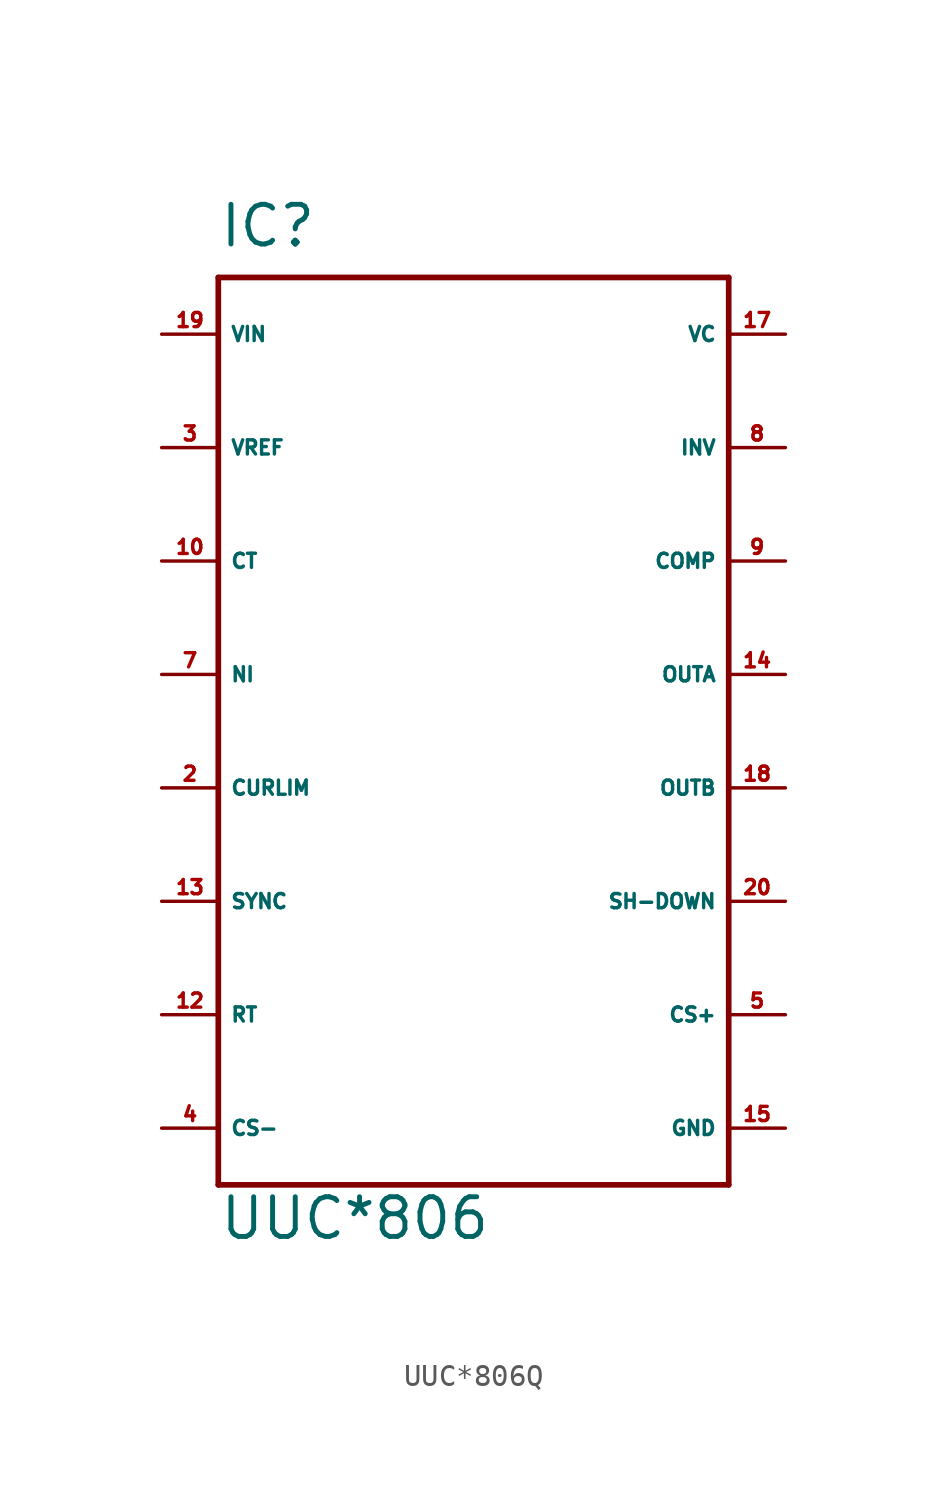
<source format=kicad_sym>
(kicad_symbol_lib
  (version 20220914)
  (generator Eagle2Kicad)
  (symbol "UUC*806Q"
    (property "Reference" "IC"
      (at -10.16 21.59 0)
      (effects (font (size 1.778 1.778) (thickness 0.22)) (justify left bottom)))
    (property "Value" "UUC*806"
      (at -10.16 -22.86 0)
      (effects (font (size 1.778 1.778) (thickness 0.22)) (justify left bottom)))
    (polyline
      (pts (xy -10.16 20.32) (xy 12.7 20.32))
      (stroke (width 0.254) (type default))
      (fill (type none)))
    (polyline
      (pts (xy 12.7 20.32) (xy 12.7 -20.32))
      (stroke (width 0.254) (type default))
      (fill (type none)))
    (polyline
      (pts (xy 12.7 -20.32) (xy -10.16 -20.32))
      (stroke (width 0.254) (type default))
      (fill (type none)))
    (polyline
      (pts (xy -10.16 -20.32) (xy -10.16 20.32))
      (stroke (width 0.254) (type default))
      (fill (type none)))
    (pin input line
      (at -12.7 17.78 0)
      (length 2.54)
      (name "VIN" (effects (font (size 0.635 0.635) (thickness 0.08)) (justify left bottom)))
      (number "19" (effects (font (size 0.635 0.635) (thickness 0.08)) (justify left bottom))))
    (pin input line
      (at -12.7 12.7 0)
      (length 2.54)
      (name "VREF" (effects (font (size 0.635 0.635) (thickness 0.08)) (justify left bottom)))
      (number "3" (effects (font (size 0.635 0.635) (thickness 0.08)) (justify left bottom))))
    (pin input line
      (at -12.7 7.62 0)
      (length 2.54)
      (name "CT" (effects (font (size 0.635 0.635) (thickness 0.08)) (justify left bottom)))
      (number "10" (effects (font (size 0.635 0.635) (thickness 0.08)) (justify left bottom))))
    (pin input line
      (at -12.7 2.54 0)
      (length 2.54)
      (name "NI" (effects (font (size 0.635 0.635) (thickness 0.08)) (justify left bottom)))
      (number "7" (effects (font (size 0.635 0.635) (thickness 0.08)) (justify left bottom))))
    (pin input line
      (at -12.7 -2.54 0)
      (length 2.54)
      (name "CURLIM" (effects (font (size 0.635 0.635) (thickness 0.08)) (justify left bottom)))
      (number "2" (effects (font (size 0.635 0.635) (thickness 0.08)) (justify left bottom))))
    (pin input line
      (at -12.7 -7.62 0)
      (length 2.54)
      (name "SYNC" (effects (font (size 0.635 0.635) (thickness 0.08)) (justify left bottom)))
      (number "13" (effects (font (size 0.635 0.635) (thickness 0.08)) (justify left bottom))))
    (pin input line
      (at -12.7 -12.7 0)
      (length 2.54)
      (name "RT" (effects (font (size 0.635 0.635) (thickness 0.08)) (justify left bottom)))
      (number "12" (effects (font (size 0.635 0.635) (thickness 0.08)) (justify left bottom))))
    (pin input line
      (at -12.7 -17.78 0)
      (length 2.54)
      (name "CS-" (effects (font (size 0.635 0.635) (thickness 0.08)) (justify left bottom)))
      (number "4" (effects (font (size 0.635 0.635) (thickness 0.08)) (justify left bottom))))
    (pin unspecified line
      (at 15.24 -17.78 180)
      (length 2.54)
      (name "GND" (effects (font (size 0.635 0.635) (thickness 0.08)) (justify left bottom)))
      (number "15" (effects (font (size 0.635 0.635) (thickness 0.08)) (justify left bottom))))
    (pin input line
      (at 15.24 -12.7 180)
      (length 2.54)
      (name "CS+" (effects (font (size 0.635 0.635) (thickness 0.08)) (justify left bottom)))
      (number "5" (effects (font (size 0.635 0.635) (thickness 0.08)) (justify left bottom))))
    (pin input line
      (at 15.24 -7.62 180)
      (length 2.54)
      (name "SH-DOWN" (effects (font (size 0.635 0.635) (thickness 0.08)) (justify left bottom)))
      (number "20" (effects (font (size 0.635 0.635) (thickness 0.08)) (justify left bottom))))
    (pin output line
      (at 15.24 -2.54 180)
      (length 2.54)
      (name "OUTB" (effects (font (size 0.635 0.635) (thickness 0.08)) (justify left bottom)))
      (number "18" (effects (font (size 0.635 0.635) (thickness 0.08)) (justify left bottom))))
    (pin output line
      (at 15.24 2.54 180)
      (length 2.54)
      (name "OUTA" (effects (font (size 0.635 0.635) (thickness 0.08)) (justify left bottom)))
      (number "14" (effects (font (size 0.635 0.635) (thickness 0.08)) (justify left bottom))))
    (pin input line
      (at 15.24 7.62 180)
      (length 2.54)
      (name "COMP" (effects (font (size 0.635 0.635) (thickness 0.08)) (justify left bottom)))
      (number "9" (effects (font (size 0.635 0.635) (thickness 0.08)) (justify left bottom))))
    (pin input line
      (at 15.24 12.7 180)
      (length 2.54)
      (name "INV" (effects (font (size 0.635 0.635) (thickness 0.08)) (justify left bottom)))
      (number "8" (effects (font (size 0.635 0.635) (thickness 0.08)) (justify left bottom))))
    (pin unspecified line
      (at 15.24 17.78 180)
      (length 2.54)
      (name "VC" (effects (font (size 0.635 0.635) (thickness 0.08)) (justify left bottom)))
      (number "17" (effects (font (size 0.635 0.635) (thickness 0.08)) (justify left bottom))))))
</source>
